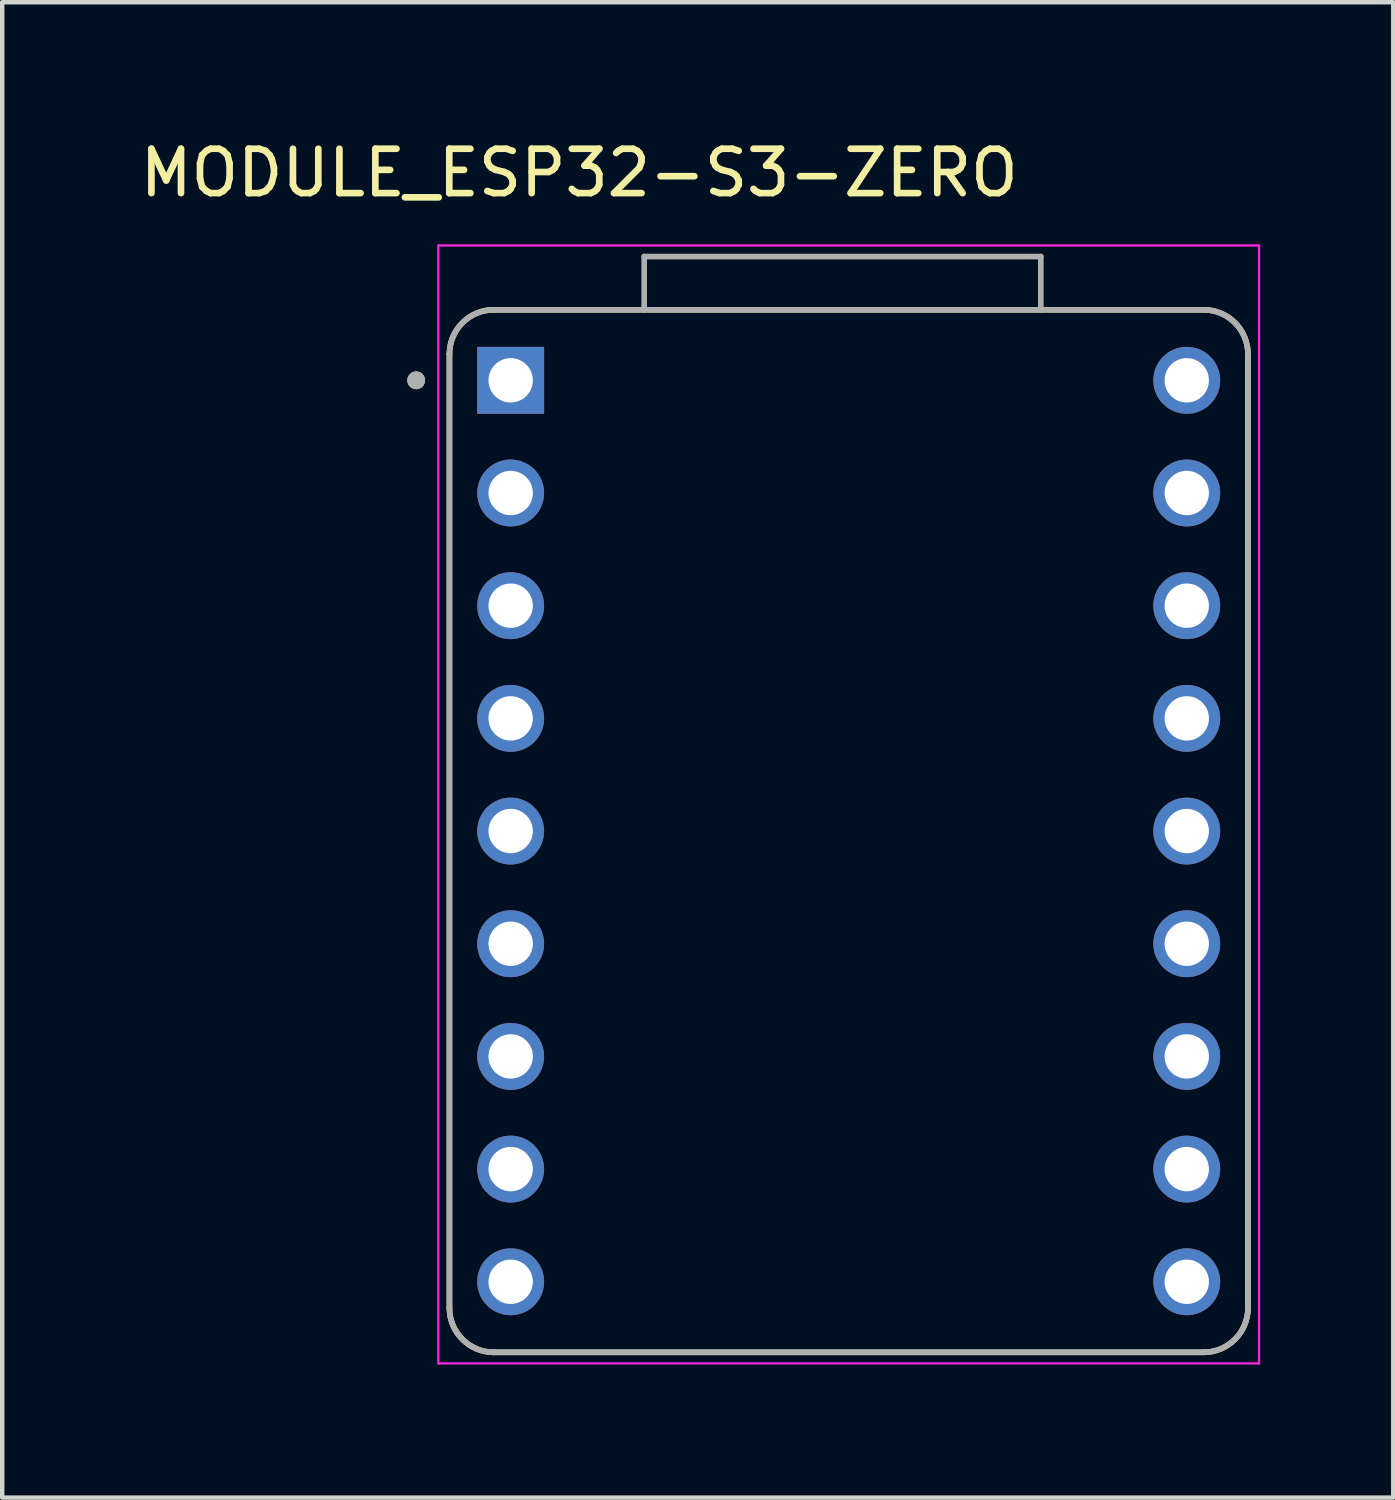
<source format=kicad_pcb>
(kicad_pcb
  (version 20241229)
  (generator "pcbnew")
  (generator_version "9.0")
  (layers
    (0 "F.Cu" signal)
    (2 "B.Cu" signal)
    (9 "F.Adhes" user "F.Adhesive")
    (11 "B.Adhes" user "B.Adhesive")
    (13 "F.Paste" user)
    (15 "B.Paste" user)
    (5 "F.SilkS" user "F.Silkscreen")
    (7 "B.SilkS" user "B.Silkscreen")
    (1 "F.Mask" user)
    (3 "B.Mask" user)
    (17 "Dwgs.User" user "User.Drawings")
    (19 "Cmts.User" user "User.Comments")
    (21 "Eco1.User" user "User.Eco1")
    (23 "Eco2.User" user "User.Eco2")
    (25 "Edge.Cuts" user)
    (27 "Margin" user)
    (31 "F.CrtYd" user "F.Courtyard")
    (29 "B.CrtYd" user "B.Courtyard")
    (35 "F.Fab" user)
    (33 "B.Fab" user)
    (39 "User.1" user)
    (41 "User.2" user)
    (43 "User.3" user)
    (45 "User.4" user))
  (footprint "MODULE_ESP32-S3-ZERO"
    (layer "F.Cu")
    (at 16.081 15.683)
    (property "Reference" "MODULE_ESP32-S3-ZERO" (at -6.075 -14.835 0) (layer "F.SilkS") (effects (font (size 1 1) (thickness 0.15))))
    (attr through_hole)
    (fp_line (start -9 10.75) (end -9 -10.75) (stroke (width 0.127) (type solid)) (layer "F.SilkS"))
    (fp_line (start -8 -11.75) (end -4.61 -11.75) (stroke (width 0.127) (type solid)) (layer "F.SilkS"))
    (fp_line (start -4.61 -11.75) (end 4.33 -11.75) (stroke (width 0.127) (type solid)) (layer "F.SilkS"))
    (fp_line (start 4.33 -11.75) (end 8 -11.75) (stroke (width 0.127) (type solid)) (layer "F.SilkS"))
    (fp_line (start 8 11.75) (end -8 11.75) (stroke (width 0.127) (type solid)) (layer "F.SilkS"))
    (fp_line (start 9 -10.75) (end 9 10.75) (stroke (width 0.127) (type solid)) (layer "F.SilkS"))
    (fp_arc (start -9 -10.75) (mid -8.707107 -11.457107) (end -8 -11.75) (stroke (width 0.127) (type solid)) (layer "F.SilkS"))
    (fp_arc (start -8 11.75) (mid -8.707107 11.457107) (end -9 10.75) (stroke (width 0.127) (type solid)) (layer "F.SilkS"))
    (fp_arc (start 8 -11.75) (mid 8.707107 -11.457107) (end 9 -10.75) (stroke (width 0.127) (type solid)) (layer "F.SilkS"))
    (fp_arc (start 9 10.75) (mid 8.707107 11.457107) (end 8 11.75) (stroke (width 0.127) (type solid)) (layer "F.SilkS"))
    (fp_circle (center -9.75 -10.16) (end -9.65 -10.16) (stroke (width 0.2) (type solid)) (fill no) (layer "F.SilkS"))
    (fp_line (start -9.25 -13.2) (end -9.25 12) (stroke (width 0.05) (type solid)) (layer "F.CrtYd"))
    (fp_line (start -9.25 12) (end 9.25 12) (stroke (width 0.05) (type solid)) (layer "F.CrtYd"))
    (fp_line (start 9.25 -13.2) (end -9.25 -13.2) (stroke (width 0.05) (type solid)) (layer "F.CrtYd"))
    (fp_line (start 9.25 12) (end 9.25 -13.2) (stroke (width 0.05) (type solid)) (layer "F.CrtYd"))
    (fp_line (start -9 10.75) (end -9 -10.75) (stroke (width 0.127) (type solid)) (layer "F.Fab"))
    (fp_line (start -8 -11.75) (end -4.61 -11.75) (stroke (width 0.127) (type solid)) (layer "F.Fab"))
    (fp_line (start -4.61 -12.95) (end 4.33 -12.95) (stroke (width 0.127) (type solid)) (layer "F.Fab"))
    (fp_line (start -4.61 -11.75) (end -4.61 -12.95) (stroke (width 0.127) (type solid)) (layer "F.Fab"))
    (fp_line (start -4.61 -11.75) (end 4.33 -11.75) (stroke (width 0.127) (type solid)) (layer "F.Fab"))
    (fp_line (start 4.33 -12.95) (end 4.33 -11.75) (stroke (width 0.127) (type solid)) (layer "F.Fab"))
    (fp_line (start 4.33 -11.75) (end 8 -11.75) (stroke (width 0.127) (type solid)) (layer "F.Fab"))
    (fp_line (start 8 11.75) (end -8 11.75) (stroke (width 0.127) (type solid)) (layer "F.Fab"))
    (fp_line (start 9 -10.75) (end 9 10.75) (stroke (width 0.127) (type solid)) (layer "F.Fab"))
    (fp_arc (start -9 -10.75) (mid -8.707107 -11.457107) (end -8 -11.75) (stroke (width 0.127) (type solid)) (layer "F.Fab"))
    (fp_arc (start -8 11.75) (mid -8.707107 11.457107) (end -9 10.75) (stroke (width 0.127) (type solid)) (layer "F.Fab"))
    (fp_arc (start 8 -11.75) (mid 8.707107 -11.457107) (end 9 -10.75) (stroke (width 0.127) (type solid)) (layer "F.Fab"))
    (fp_arc (start 9 10.75) (mid 8.707107 11.457107) (end 8 11.75) (stroke (width 0.127) (type solid)) (layer "F.Fab"))
    (fp_circle (center -9.75 -10.16) (end -9.65 -10.16) (stroke (width 0.2) (type solid)) (fill no) (layer "F.Fab"))
    (pad "1" thru_hole circle (at -7.62 -2.54) (size 1.508 1.508) (drill 1) (layers "*.Cu" "*.Mask"))
    (pad "2" thru_hole circle (at -7.62 0) (size 1.508 1.508) (drill 1) (layers "*.Cu" "*.Mask"))
    (pad "3" thru_hole circle (at -7.62 2.54) (size 1.508 1.508) (drill 1) (layers "*.Cu" "*.Mask"))
    (pad "3V3" thru_hole circle (at -7.62 -5.08) (size 1.508 1.508) (drill 1) (layers "*.Cu" "*.Mask"))
    (pad "4" thru_hole circle (at -7.62 5.08) (size 1.508 1.508) (drill 1) (layers "*.Cu" "*.Mask"))
    (pad "5" thru_hole circle (at -7.62 7.62) (size 1.508 1.508) (drill 1) (layers "*.Cu" "*.Mask"))
    (pad "5V" thru_hole rect (at -7.62 -10.16) (size 1.508 1.508) (drill 1) (layers "*.Cu" "*.Mask"))
    (pad "6" thru_hole circle (at -7.62 10.16) (size 1.508 1.508) (drill 1) (layers "*.Cu" "*.Mask"))
    (pad "7" thru_hole circle (at 7.62 10.16) (size 1.508 1.508) (drill 1) (layers "*.Cu" "*.Mask"))
    (pad "8" thru_hole circle (at 7.62 7.62) (size 1.508 1.508) (drill 1) (layers "*.Cu" "*.Mask"))
    (pad "9" thru_hole circle (at 7.62 5.08) (size 1.508 1.508) (drill 1) (layers "*.Cu" "*.Mask"))
    (pad "10" thru_hole circle (at 7.62 2.54) (size 1.508 1.508) (drill 1) (layers "*.Cu" "*.Mask"))
    (pad "11" thru_hole circle (at 7.62 0) (size 1.508 1.508) (drill 1) (layers "*.Cu" "*.Mask"))
    (pad "12" thru_hole circle (at 7.62 -2.54) (size 1.508 1.508) (drill 1) (layers "*.Cu" "*.Mask"))
    (pad "13" thru_hole circle (at 7.62 -5.08) (size 1.508 1.508) (drill 1) (layers "*.Cu" "*.Mask"))
    (pad "GND" thru_hole circle (at -7.62 -7.62) (size 1.508 1.508) (drill 1) (layers "*.Cu" "*.Mask"))
    (pad "RX" thru_hole circle (at 7.62 -7.62) (size 1.508 1.508) (drill 1) (layers "*.Cu" "*.Mask"))
    (pad "TX" thru_hole circle (at 7.62 -10.16) (size 1.508 1.508) (drill 1) (layers "*.Cu" "*.Mask")))
  (gr_rect
    (start -3 -3)
    (end 28.356 30.708)
    (stroke (width 0.1) (type default))
    (fill no)
    (layer "Edge.Cuts")))
</source>
